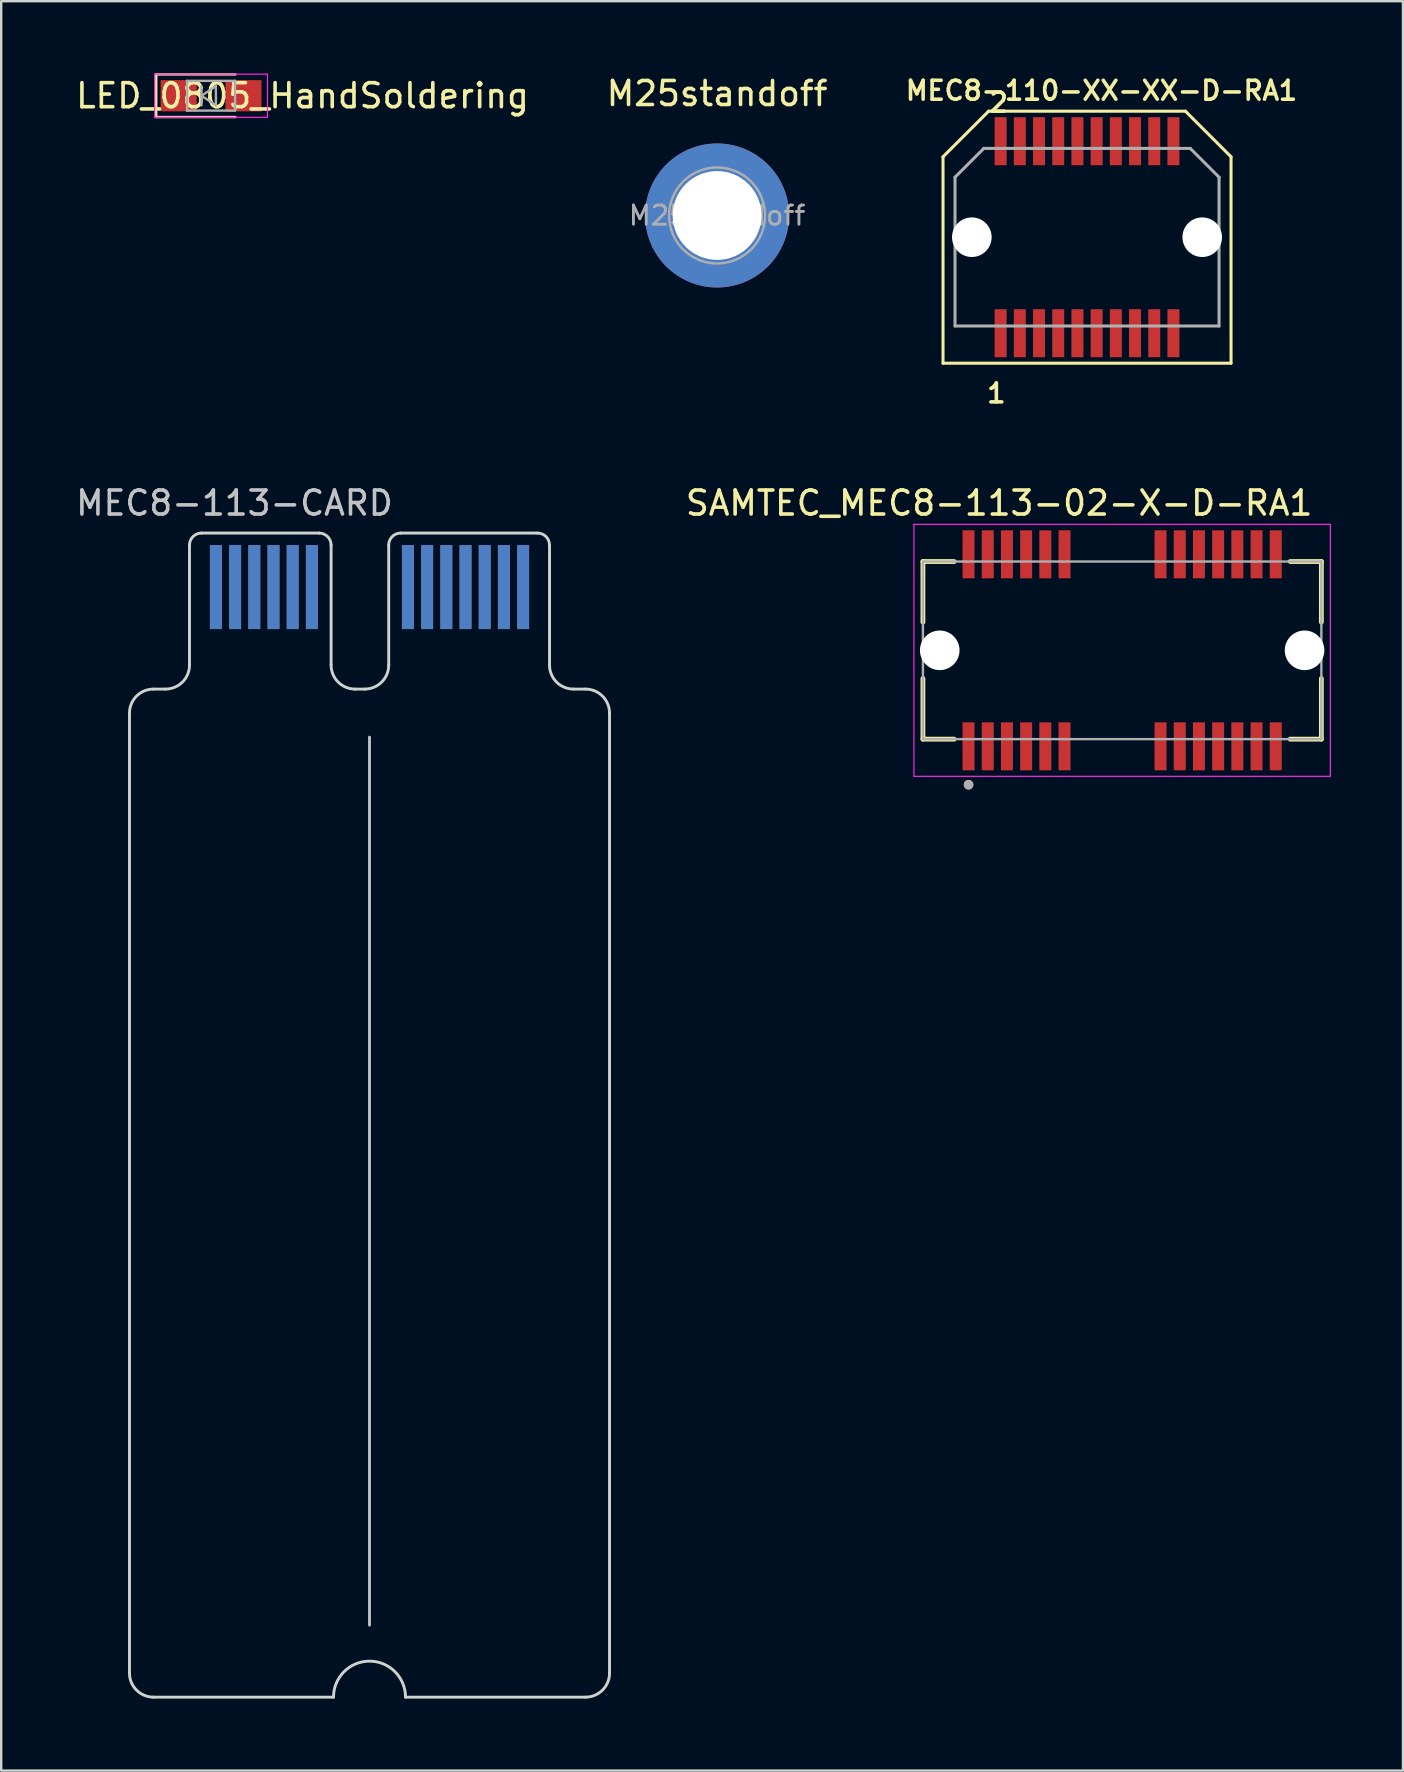
<source format=kicad_pcb>
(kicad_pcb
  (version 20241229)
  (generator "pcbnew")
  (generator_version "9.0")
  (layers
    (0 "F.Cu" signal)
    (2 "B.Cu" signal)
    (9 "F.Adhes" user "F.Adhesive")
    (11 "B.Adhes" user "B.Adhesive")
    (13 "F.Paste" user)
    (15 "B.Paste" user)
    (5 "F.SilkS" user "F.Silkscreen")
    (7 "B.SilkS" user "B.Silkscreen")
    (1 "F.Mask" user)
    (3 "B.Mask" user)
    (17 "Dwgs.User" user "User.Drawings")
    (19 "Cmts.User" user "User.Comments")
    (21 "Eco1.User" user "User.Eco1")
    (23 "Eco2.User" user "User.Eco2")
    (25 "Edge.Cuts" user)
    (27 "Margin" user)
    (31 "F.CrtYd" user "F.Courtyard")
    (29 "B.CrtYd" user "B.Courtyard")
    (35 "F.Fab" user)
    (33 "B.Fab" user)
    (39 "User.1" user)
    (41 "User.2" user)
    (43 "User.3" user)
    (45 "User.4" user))
  (footprint "MEC8-110-XX-XX-D-RA1"
    (layer "F.Cu")
    (at 42.24 6.833)
    (property "Reference" "MEC8-110-XX-XX-D-RA1" (at 0.601 -6.108 0) (layer "F.SilkS") (effects (font (size 0.788 0.788) (thickness 0.15))))
    (attr through_hole)
    (fp_line (start -6 -3.35) (end -4.1 -5.25) (stroke (width 0.127) (type solid)) (layer "F.SilkS"))
    (fp_line (start -6 5.25) (end -6 -3.35) (stroke (width 0.127) (type solid)) (layer "F.SilkS"))
    (fp_line (start -4.1 -5.25) (end 4.1 -5.25) (stroke (width 0.127) (type solid)) (layer "F.SilkS"))
    (fp_line (start 4.1 -5.25) (end 6 -3.35) (stroke (width 0.127) (type solid)) (layer "F.SilkS"))
    (fp_line (start 6 -3.35) (end 6 5.25) (stroke (width 0.127) (type solid)) (layer "F.SilkS"))
    (fp_line (start 6 5.25) (end -6 5.25) (stroke (width 0.127) (type solid)) (layer "F.SilkS"))
    (fp_line (start -5.5 -2.5) (end -4.3 -3.7) (stroke (width 0.127) (type solid)) (layer "F.Fab"))
    (fp_line (start -5.5 3.7) (end -5.5 -2.5) (stroke (width 0.127) (type solid)) (layer "F.Fab"))
    (fp_line (start -4.3 -3.7) (end 4.3 -3.7) (stroke (width 0.127) (type solid)) (layer "F.Fab"))
    (fp_line (start 4.3 -3.7) (end 5.5 -2.5) (stroke (width 0.127) (type solid)) (layer "F.Fab"))
    (fp_line (start 5.5 -2.5) (end 5.5 3.7) (stroke (width 0.127) (type solid)) (layer "F.Fab"))
    (fp_line (start 5.5 3.7) (end -5.5 3.7) (stroke (width 0.127) (type solid)) (layer "F.Fab"))
    (fp_text user "2" (at -3.682 -5.611 0) (layer "F.SilkS") (effects (font (size 0.789 0.789) (thickness 0.15))))
    (fp_text user "1" (at -3.778 6.505 0) (layer "F.SilkS") (effects (font (size 0.788 0.788) (thickness 0.15))))
    (pad "" np_thru_hole circle (at -4.8 0) (size 1.65 1.65) (drill 1.65) (layers "*.Cu" "*.Mask"))
    (pad "" np_thru_hole circle (at 4.8 0) (size 1.65 1.65) (drill 1.65) (layers "*.Cu" "*.Mask"))
    (pad "1" smd rect (at -3.6 4) (size 0.5 2) (layers "F.Cu" "F.Mask" "F.Paste"))
    (pad "2" smd rect (at -3.6 -4) (size 0.5 2) (layers "F.Cu" "F.Mask" "F.Paste"))
    (pad "3" smd rect (at -2.8 4) (size 0.5 2) (layers "F.Cu" "F.Mask" "F.Paste"))
    (pad "4" smd rect (at -2.8 -4) (size 0.5 2) (layers "F.Cu" "F.Mask" "F.Paste"))
    (pad "5" smd rect (at -2 4) (size 0.5 2) (layers "F.Cu" "F.Mask" "F.Paste"))
    (pad "6" smd rect (at -2 -4) (size 0.5 2) (layers "F.Cu" "F.Mask" "F.Paste"))
    (pad "7" smd rect (at -1.2 4) (size 0.5 2) (layers "F.Cu" "F.Mask" "F.Paste"))
    (pad "8" smd rect (at -1.2 -4) (size 0.5 2) (layers "F.Cu" "F.Mask" "F.Paste"))
    (pad "9" smd rect (at -0.4 4) (size 0.5 2) (layers "F.Cu" "F.Mask" "F.Paste"))
    (pad "10" smd rect (at -0.4 -4) (size 0.5 2) (layers "F.Cu" "F.Mask" "F.Paste"))
    (pad "11" smd rect (at 0.4 4) (size 0.5 2) (layers "F.Cu" "F.Mask" "F.Paste"))
    (pad "12" smd rect (at 0.4 -4) (size 0.5 2) (layers "F.Cu" "F.Mask" "F.Paste"))
    (pad "13" smd rect (at 1.2 4) (size 0.5 2) (layers "F.Cu" "F.Mask" "F.Paste"))
    (pad "14" smd rect (at 1.2 -4) (size 0.5 2) (layers "F.Cu" "F.Mask" "F.Paste"))
    (pad "15" smd rect (at 2 4) (size 0.5 2) (layers "F.Cu" "F.Mask" "F.Paste"))
    (pad "16" smd rect (at 2 -4) (size 0.5 2) (layers "F.Cu" "F.Mask" "F.Paste"))
    (pad "17" smd rect (at 2.8 4) (size 0.5 2) (layers "F.Cu" "F.Mask" "F.Paste"))
    (pad "18" smd rect (at 2.8 -4) (size 0.5 2) (layers "F.Cu" "F.Mask" "F.Paste"))
    (pad "19" smd rect (at 3.6 4) (size 0.5 2) (layers "F.Cu" "F.Mask" "F.Paste"))
    (pad "20" smd rect (at 3.6 -4) (size 0.5 2) (layers "F.Cu" "F.Mask" "F.Paste")))
  (footprint "LED_0805_HandSoldering"
    (layer "F.Cu")
    (at 5.744 0.939)
    (property "Reference" "LED_0805_HandSoldering" (at 3.81 0 0) (layer "F.SilkS") (effects (font (size 1 1) (thickness 0.15))))
    (attr smd)
    (fp_line (start -2.286 -0.889) (end -2.286 0.889) (stroke (width 0.1) (type solid)) (layer "F.SilkS"))
    (fp_line (start -2.286 0.889) (end 1.016 0.889) (stroke (width 0.1) (type solid)) (layer "F.SilkS"))
    (fp_line (start 1.016 -0.889) (end -2.286 -0.889) (stroke (width 0.1) (type solid)) (layer "F.SilkS"))
    (fp_line (start -2.35 -0.9) (end -2.35 0.9) (stroke (width 0.05) (type solid)) (layer "F.CrtYd"))
    (fp_line (start -2.35 -0.9) (end 2.35 -0.9) (stroke (width 0.05) (type solid)) (layer "F.CrtYd"))
    (fp_line (start 2.35 0.9) (end -2.35 0.9) (stroke (width 0.05) (type solid)) (layer "F.CrtYd"))
    (fp_line (start 2.35 0.9) (end 2.35 -0.9) (stroke (width 0.05) (type solid)) (layer "F.CrtYd"))
    (fp_line (start -1 -0.62) (end 1 -0.62) (stroke (width 0.1) (type solid)) (layer "F.Fab"))
    (fp_line (start -1 0.62) (end -1 -0.62) (stroke (width 0.1) (type solid)) (layer "F.Fab"))
    (fp_line (start -0.4 -0.4) (end -0.4 0.4) (stroke (width 0.1) (type solid)) (layer "F.Fab"))
    (fp_line (start -0.4 0) (end 0.2 -0.4) (stroke (width 0.1) (type solid)) (layer "F.Fab"))
    (fp_line (start 0.2 -0.4) (end 0.2 0.4) (stroke (width 0.1) (type solid)) (layer "F.Fab"))
    (fp_line (start 0.2 0.4) (end -0.4 0) (stroke (width 0.1) (type solid)) (layer "F.Fab"))
    (fp_line (start 1 -0.62) (end 1 0.62) (stroke (width 0.1) (type solid)) (layer "F.Fab"))
    (fp_line (start 1 0.62) (end -1 0.62) (stroke (width 0.1) (type solid)) (layer "F.Fab"))
    (pad "1" smd rect (at -1.35 0) (size 1.5 1.3) (layers "F.Cu" "F.Mask" "F.Paste"))
    (pad "2" smd rect (at 1.35 0) (size 1.5 1.3) (layers "F.Cu" "F.Mask" "F.Paste")))
  (footprint "SAMTEC_MEC8-113-02-X-D-RA1"
    (layer "F.Cu")
    (at 43.703 24.045)
    (property "Reference" "SAMTEC_MEC8-113-02-X-D-RA1" (at -5.125 -6.135 0) (layer "F.SilkS") (effects (font (size 1 1) (thickness 0.15))))
    (attr through_hole)
    (fp_line (start -8.3 -3.7) (end -8.3 -1.175) (stroke (width 0.2) (type solid)) (layer "F.SilkS"))
    (fp_line (start -8.3 1.175) (end -8.3 3.7) (stroke (width 0.2) (type solid)) (layer "F.SilkS"))
    (fp_line (start -8.3 3.7) (end -7 3.7) (stroke (width 0.2) (type solid)) (layer "F.SilkS"))
    (fp_line (start -7 -3.7) (end -8.3 -3.7) (stroke (width 0.2) (type solid)) (layer "F.SilkS"))
    (fp_line (start 7 3.7) (end 8.3 3.7) (stroke (width 0.2) (type solid)) (layer "F.SilkS"))
    (fp_line (start 8.3 -3.7) (end 7 -3.7) (stroke (width 0.2) (type solid)) (layer "F.SilkS"))
    (fp_line (start 8.3 -1.175) (end 8.3 -3.7) (stroke (width 0.2) (type solid)) (layer "F.SilkS"))
    (fp_line (start 8.3 3.7) (end 8.3 1.175) (stroke (width 0.2) (type solid)) (layer "F.SilkS"))
    (fp_circle (center -6.4 5.6) (end -6.3 5.6) (stroke (width 0.2) (type solid)) (fill no) (layer "F.SilkS"))
    (fp_line (start -8.675 -5.25) (end -8.675 5.25) (stroke (width 0.05) (type solid)) (layer "F.CrtYd"))
    (fp_line (start -8.675 5.25) (end 8.675 5.25) (stroke (width 0.05) (type solid)) (layer "F.CrtYd"))
    (fp_line (start 8.675 -5.25) (end -8.675 -5.25) (stroke (width 0.05) (type solid)) (layer "F.CrtYd"))
    (fp_line (start 8.675 5.25) (end 8.675 -5.25) (stroke (width 0.05) (type solid)) (layer "F.CrtYd"))
    (fp_line (start -8.3 -3.7) (end -8.3 3.7) (stroke (width 0.1) (type solid)) (layer "F.Fab"))
    (fp_line (start -8.3 3.7) (end 8.3 3.7) (stroke (width 0.1) (type solid)) (layer "F.Fab"))
    (fp_line (start 8.3 -3.7) (end -8.3 -3.7) (stroke (width 0.1) (type solid)) (layer "F.Fab"))
    (fp_line (start 8.3 3.7) (end 8.3 -3.7) (stroke (width 0.1) (type solid)) (layer "F.Fab"))
    (fp_circle (center -6.4 5.6) (end -6.3 5.6) (stroke (width 0.2) (type solid)) (fill no) (layer "F.Fab"))
    (pad "" np_thru_hole circle (at -7.6 0) (size 1.65 1.65) (drill 1.65) (layers "*.Cu" "*.Mask"))
    (pad "" np_thru_hole circle (at 7.6 0) (size 1.65 1.65) (drill 1.65) (layers "*.Cu" "*.Mask"))
    (pad "1" smd rect (at -6.4 4) (size 0.5 2) (layers "F.Cu" "F.Mask" "F.Paste"))
    (pad "2" smd rect (at -6.4 -4) (size 0.5 2) (layers "F.Cu" "F.Mask" "F.Paste"))
    (pad "3" smd rect (at -5.6 4) (size 0.5 2) (layers "F.Cu" "F.Mask" "F.Paste"))
    (pad "4" smd rect (at -5.6 -4) (size 0.5 2) (layers "F.Cu" "F.Mask" "F.Paste"))
    (pad "5" smd rect (at -4.8 4) (size 0.5 2) (layers "F.Cu" "F.Mask" "F.Paste"))
    (pad "6" smd rect (at -4.8 -4) (size 0.5 2) (layers "F.Cu" "F.Mask" "F.Paste"))
    (pad "7" smd rect (at -4 4) (size 0.5 2) (layers "F.Cu" "F.Mask" "F.Paste"))
    (pad "8" smd rect (at -4 -4) (size 0.5 2) (layers "F.Cu" "F.Mask" "F.Paste"))
    (pad "9" smd rect (at -3.2 4) (size 0.5 2) (layers "F.Cu" "F.Mask" "F.Paste"))
    (pad "10" smd rect (at -3.2 -4) (size 0.5 2) (layers "F.Cu" "F.Mask" "F.Paste"))
    (pad "11" smd rect (at -2.4 4) (size 0.5 2) (layers "F.Cu" "F.Mask" "F.Paste"))
    (pad "12" smd rect (at -2.4 -4) (size 0.5 2) (layers "F.Cu" "F.Mask" "F.Paste"))
    (pad "13" smd rect (at 1.6 4) (size 0.5 2) (layers "F.Cu" "F.Mask" "F.Paste"))
    (pad "14" smd rect (at 1.6 -4) (size 0.5 2) (layers "F.Cu" "F.Mask" "F.Paste"))
    (pad "15" smd rect (at 2.4 4) (size 0.5 2) (layers "F.Cu" "F.Mask" "F.Paste"))
    (pad "16" smd rect (at 2.4 -4) (size 0.5 2) (layers "F.Cu" "F.Mask" "F.Paste"))
    (pad "17" smd rect (at 3.2 4) (size 0.5 2) (layers "F.Cu" "F.Mask" "F.Paste"))
    (pad "18" smd rect (at 3.2 -4) (size 0.5 2) (layers "F.Cu" "F.Mask" "F.Paste"))
    (pad "19" smd rect (at 4 4) (size 0.5 2) (layers "F.Cu" "F.Mask" "F.Paste"))
    (pad "20" smd rect (at 4 -4) (size 0.5 2) (layers "F.Cu" "F.Mask" "F.Paste"))
    (pad "21" smd rect (at 4.8 4) (size 0.5 2) (layers "F.Cu" "F.Mask" "F.Paste"))
    (pad "22" smd rect (at 4.8 -4) (size 0.5 2) (layers "F.Cu" "F.Mask" "F.Paste"))
    (pad "23" smd rect (at 5.6 4) (size 0.5 2) (layers "F.Cu" "F.Mask" "F.Paste"))
    (pad "24" smd rect (at 5.6 -4) (size 0.5 2) (layers "F.Cu" "F.Mask" "F.Paste"))
    (pad "25" smd rect (at 6.4 4) (size 0.5 2) (layers "F.Cu" "F.Mask" "F.Paste"))
    (pad "26" smd rect (at 6.4 -4) (size 0.5 2) (layers "F.Cu" "F.Mask" "F.Paste")))
  (footprint "MEC8-113-CARD"
    (layer "F.Cu")
    (at 2.345 19.16)
    (property "Reference" "MEC8-113-CARD" (at 4.375 -1.25 0) (layer "Dwgs.User") (effects (font (size 1 1) (thickness 0.15))))
    (attr through_hole)
    (fp_line (start 10 8.5) (end 10 45.5) (stroke (width 0.12) (type solid)) (layer "Dwgs.User"))
    (fp_line (start 0 47.5) (end 0 7.5) (stroke (width 0.12) (type solid)) (layer "Edge.Cuts"))
    (fp_line (start 1 6.5) (end 1.5 6.5) (stroke (width 0.12) (type solid)) (layer "Edge.Cuts"))
    (fp_line (start 2.5 0.5) (end 2.5 5.5) (stroke (width 0.12) (type solid)) (layer "Edge.Cuts"))
    (fp_line (start 3 0) (end 7.9 0) (stroke (width 0.12) (type solid)) (layer "Edge.Cuts"))
    (fp_line (start 8.4 0.5) (end 8.4 5.5) (stroke (width 0.12) (type solid)) (layer "Edge.Cuts"))
    (fp_line (start 8.5 48.5) (end 1 48.5) (stroke (width 0.12) (type solid)) (layer "Edge.Cuts"))
    (fp_line (start 9.4 6.5) (end 9.8 6.5) (stroke (width 0.12) (type solid)) (layer "Edge.Cuts"))
    (fp_line (start 10.8 5.5) (end 10.8 0.5) (stroke (width 0.12) (type solid)) (layer "Edge.Cuts"))
    (fp_line (start 11.5 48.5) (end 19 48.5) (stroke (width 0.12) (type solid)) (layer "Edge.Cuts"))
    (fp_line (start 17 0) (end 11.3 0) (stroke (width 0.12) (type solid)) (layer "Edge.Cuts"))
    (fp_line (start 17.5 0.5) (end 17.5 5.5) (stroke (width 0.12) (type solid)) (layer "Edge.Cuts"))
    (fp_line (start 18.5 6.5) (end 19 6.5) (stroke (width 0.12) (type solid)) (layer "Edge.Cuts"))
    (fp_line (start 20 7.5) (end 20 47.5) (stroke (width 0.12) (type solid)) (layer "Edge.Cuts"))
    (fp_arc (start 0 7.5) (mid 0.292893 6.792893) (end 1 6.5) (stroke (width 0.12) (type solid)) (layer "Edge.Cuts"))
    (fp_arc (start 1 48.5) (mid 0.292893 48.207107) (end 0 47.5) (stroke (width 0.12) (type solid)) (layer "Edge.Cuts"))
    (fp_arc (start 2.5 0.5) (mid 2.646447 0.146447) (end 3 0) (stroke (width 0.12) (type solid)) (layer "Edge.Cuts"))
    (fp_arc (start 2.5 5.5) (mid 2.207107 6.207107) (end 1.5 6.5) (stroke (width 0.12) (type solid)) (layer "Edge.Cuts"))
    (fp_arc (start 7.9 0) (mid 8.253553 0.146447) (end 8.4 0.5) (stroke (width 0.12) (type solid)) (layer "Edge.Cuts"))
    (fp_arc (start 8.5 48.5) (mid 10 47) (end 11.5 48.5) (stroke (width 0.12) (type solid)) (layer "Edge.Cuts"))
    (fp_arc (start 9.4 6.5) (mid 8.692893 6.207107) (end 8.4 5.5) (stroke (width 0.12) (type solid)) (layer "Edge.Cuts"))
    (fp_arc (start 10.8 0.5) (mid 10.946447 0.146447) (end 11.3 0) (stroke (width 0.12) (type solid)) (layer "Edge.Cuts"))
    (fp_arc (start 10.8 5.5) (mid 10.507107 6.207107) (end 9.8 6.5) (stroke (width 0.12) (type solid)) (layer "Edge.Cuts"))
    (fp_arc (start 17 0) (mid 17.353553 0.146447) (end 17.5 0.5) (stroke (width 0.12) (type solid)) (layer "Edge.Cuts"))
    (fp_arc (start 18.5 6.5) (mid 17.792893 6.207107) (end 17.5 5.5) (stroke (width 0.12) (type solid)) (layer "Edge.Cuts"))
    (fp_arc (start 19 6.5) (mid 19.707107 6.792893) (end 20 7.5) (stroke (width 0.12) (type solid)) (layer "Edge.Cuts"))
    (fp_arc (start 20 47.5) (mid 19.707107 48.207107) (end 19 48.5) (stroke (width 0.12) (type solid)) (layer "Edge.Cuts"))
    (pad "1" smd rect (at 3.6 2.25) (size 0.5 3.5) (layers "B.Cu" "B.Mask" "B.Paste"))
    (pad "2" smd rect (at 4.4 2.25) (size 0.5 3.5) (layers "B.Cu" "B.Mask" "B.Paste"))
    (pad "3" smd rect (at 5.2 2.25) (size 0.5 3.5) (layers "B.Cu" "B.Mask" "B.Paste"))
    (pad "4" smd rect (at 6 2.25) (size 0.5 3.5) (layers "B.Cu" "B.Mask" "B.Paste"))
    (pad "5" smd rect (at 6.8 2.25) (size 0.5 3.5) (layers "B.Cu" "B.Mask" "B.Paste"))
    (pad "6" smd rect (at 7.6 2.25) (size 0.5 3.5) (layers "B.Cu" "B.Mask" "B.Paste"))
    (pad "7" smd rect (at 11.6 2.25) (size 0.5 3.5) (layers "B.Cu" "B.Mask" "B.Paste"))
    (pad "8" smd rect (at 12.4 2.25) (size 0.5 3.5) (layers "B.Cu" "B.Mask" "B.Paste"))
    (pad "9" smd rect (at 13.2 2.25) (size 0.5 3.5) (layers "B.Cu" "B.Mask" "B.Paste"))
    (pad "10" smd rect (at 14 2.25) (size 0.5 3.5) (layers "B.Cu" "B.Mask" "B.Paste"))
    (pad "11" smd rect (at 14.8 2.25) (size 0.5 3.5) (layers "B.Cu" "B.Mask" "B.Paste"))
    (pad "12" smd rect (at 15.6 2.25) (size 0.5 3.5) (layers "B.Cu" "B.Mask" "B.Paste"))
    (pad "13" smd rect (at 16.4 2.25) (size 0.5 3.5) (layers "B.Cu" "B.Mask" "B.Paste"))
    (pad "14" smd rect (at 3.6 2.25) (size 0.5 3.5) (layers "F.Cu" "F.Mask" "F.Paste"))
    (pad "15" smd rect (at 4.4 2.25) (size 0.5 3.5) (layers "F.Cu" "F.Mask" "F.Paste"))
    (pad "16" smd rect (at 5.2 2.25) (size 0.5 3.5) (layers "F.Cu" "F.Mask" "F.Paste"))
    (pad "17" smd rect (at 6 2.25) (size 0.5 3.5) (layers "F.Cu" "F.Mask" "F.Paste"))
    (pad "18" smd rect (at 6.8 2.25) (size 0.5 3.5) (layers "F.Cu" "F.Mask" "F.Paste"))
    (pad "19" smd rect (at 7.6 2.25) (size 0.5 3.5) (layers "F.Cu" "F.Mask" "F.Paste"))
    (pad "20" smd rect (at 11.6 2.25) (size 0.5 3.5) (layers "F.Cu" "F.Mask" "F.Paste"))
    (pad "21" smd rect (at 12.4 2.25) (size 0.5 3.5) (layers "F.Cu" "F.Mask" "F.Paste"))
    (pad "22" smd rect (at 13.2 2.25) (size 0.5 3.5) (layers "F.Cu" "F.Mask" "F.Paste"))
    (pad "23" smd rect (at 14 2.25) (size 0.5 3.5) (layers "F.Cu" "F.Mask" "F.Paste"))
    (pad "24" smd rect (at 14.8 2.25) (size 0.5 3.5) (layers "F.Cu" "F.Mask" "F.Paste"))
    (pad "25" smd rect (at 15.6 2.25) (size 0.5 3.5) (layers "F.Cu" "F.Mask" "F.Paste"))
    (pad "26" smd rect (at 16.4 2.25) (size 0.5 3.5) (layers "F.Cu" "F.Mask" "F.Paste")))
  (footprint "M25standoff"
    (layer "F.Cu")
    (at 26.827 5.928)
    (property "Reference" "M25standoff" (at 0 -5.08 0) (layer "F.SilkS") (effects (font (size 1 1) (thickness 0.15))))
    (attr through_hole)
    (fp_circle (center 0 0) (end 2 0) (stroke (width 0.1) (type solid)) (fill no) (layer "F.Fab"))
    (fp_text user "${REFERENCE}" (at 0 0 0) (layer "F.Fab") (effects (font (size 0.8 0.8) (thickness 0.12))))
    (pad "1" thru_hole circle (at 0 0) (size 6 6) (drill 3.7) (layers "*.Cu" "*.Mask")))
  (gr_rect
    (start -3 -3)
    (end 55.403 70.72)
    (stroke (width 0.1) (type default))
    (fill no)
    (layer "Edge.Cuts")))
</source>
